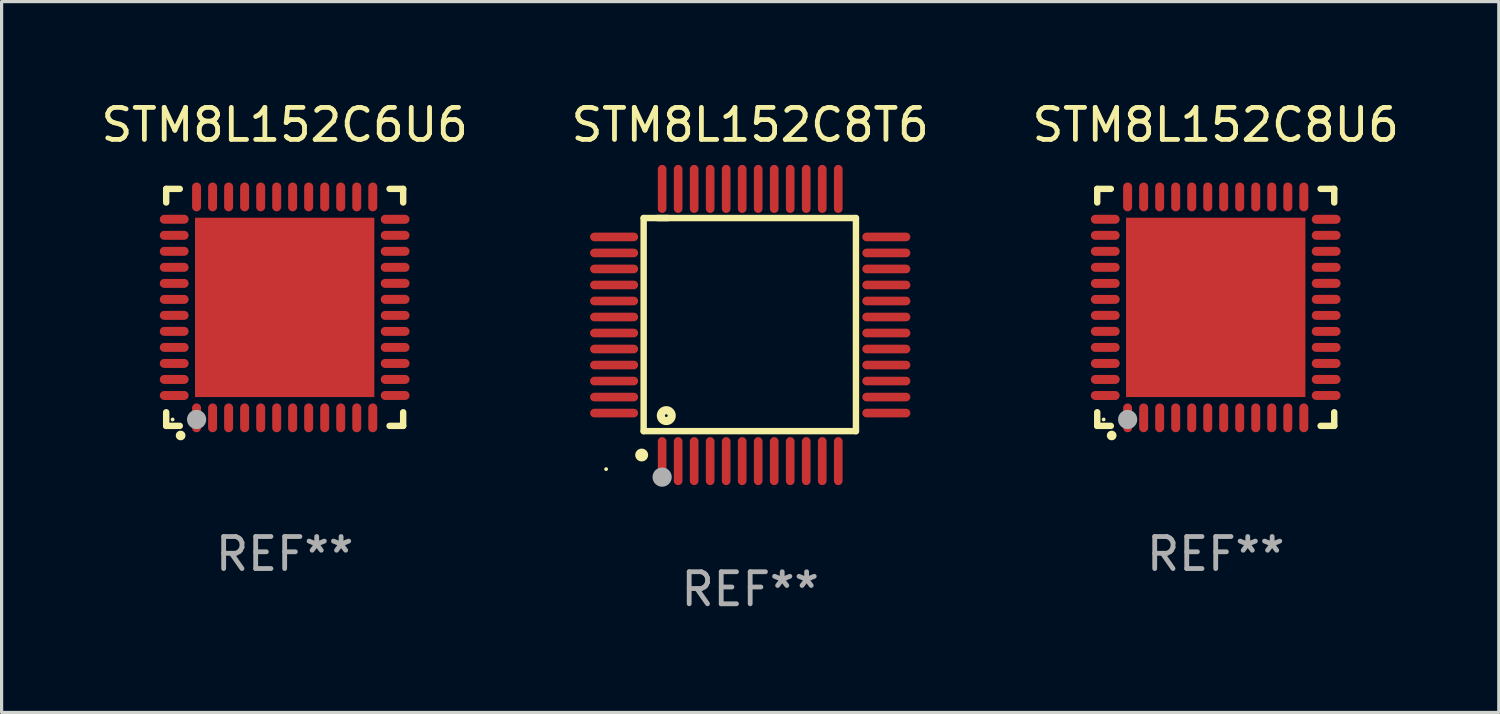
<source format=kicad_pcb>
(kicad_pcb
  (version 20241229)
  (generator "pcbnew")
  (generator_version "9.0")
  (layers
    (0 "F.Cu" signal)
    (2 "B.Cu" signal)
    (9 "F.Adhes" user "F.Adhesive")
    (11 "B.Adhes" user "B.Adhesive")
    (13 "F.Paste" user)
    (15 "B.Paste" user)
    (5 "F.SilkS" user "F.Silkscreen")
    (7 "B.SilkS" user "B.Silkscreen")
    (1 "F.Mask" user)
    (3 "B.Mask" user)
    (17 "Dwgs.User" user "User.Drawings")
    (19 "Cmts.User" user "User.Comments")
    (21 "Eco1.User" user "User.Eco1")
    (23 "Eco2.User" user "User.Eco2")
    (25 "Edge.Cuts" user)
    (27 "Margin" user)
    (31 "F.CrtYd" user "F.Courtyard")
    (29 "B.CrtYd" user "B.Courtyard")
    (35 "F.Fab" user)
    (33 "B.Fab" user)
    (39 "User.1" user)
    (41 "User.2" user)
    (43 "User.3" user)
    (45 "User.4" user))
  (footprint "STM8L152C6U6"
    (layer "F.Cu")
    (at 5.839 6.548)
    (property "Reference" "STM8L152C6U6" (at 0 -5.7 0) (layer "F.SilkS") (effects (font (size 1 1) (thickness 0.15))))
    (attr through_hole)
    (fp_line (start -3.7 -3.7) (end -3.275 -3.7) (stroke (width 0.2) (type solid)) (layer "F.SilkS"))
    (fp_line (start -3.7 -3.275) (end -3.7 -3.7) (stroke (width 0.2) (type solid)) (layer "F.SilkS"))
    (fp_line (start -3.7 3.7) (end -3.7 3.275) (stroke (width 0.2) (type solid)) (layer "F.SilkS"))
    (fp_line (start -3.275 3.7) (end -3.7 3.7) (stroke (width 0.2) (type solid)) (layer "F.SilkS"))
    (fp_line (start 3.7 -3.7) (end 3.275 -3.7) (stroke (width 0.2) (type solid)) (layer "F.SilkS"))
    (fp_line (start 3.7 -3.275) (end 3.7 -3.7) (stroke (width 0.2) (type solid)) (layer "F.SilkS"))
    (fp_line (start 3.7 3.275) (end 3.7 3.7) (stroke (width 0.2) (type solid)) (layer "F.SilkS"))
    (fp_line (start 3.7 3.7) (end 3.275 3.7) (stroke (width 0.2) (type solid)) (layer "F.SilkS"))
    (fp_arc (start -3.249936 3.999975) (mid -3.248666 3.99997) (end -3.247396 3.999975) (stroke (width 0.3) (type solid)) (layer "F.SilkS"))
    (fp_circle (center -3.5 3.5) (end -3.47 3.5) (stroke (width 0.06) (type solid)) (fill no) (layer "F.SilkS"))
    (fp_circle (center -2.75 3.5) (end -2.6 3.5) (stroke (width 0.3) (type solid)) (fill no) (layer "F.Fab"))
    (fp_text user "REF**" (at 0 7.7 0) (layer "F.Fab") (effects (font (size 1 1) (thickness 0.15))))
    (pad "1" smd oval (at -2.751 3.449) (size 0.28 0.9) (layers "F.Cu" "F.Mask" "F.Paste"))
    (pad "2" smd oval (at -2.25 3.449) (size 0.28 0.9) (layers "F.Cu" "F.Mask" "F.Paste"))
    (pad "3" smd oval (at -1.75 3.449) (size 0.28 0.9) (layers "F.Cu" "F.Mask" "F.Paste"))
    (pad "4" smd oval (at -1.25 3.449) (size 0.28 0.9) (layers "F.Cu" "F.Mask" "F.Paste"))
    (pad "5" smd oval (at -0.749 3.449) (size 0.28 0.9) (layers "F.Cu" "F.Mask" "F.Paste"))
    (pad "6" smd oval (at -0.249 3.449) (size 0.28 0.9) (layers "F.Cu" "F.Mask" "F.Paste"))
    (pad "7" smd oval (at 0.249 3.449) (size 0.28 0.9) (layers "F.Cu" "F.Mask" "F.Paste"))
    (pad "8" smd oval (at 0.749 3.449) (size 0.28 0.9) (layers "F.Cu" "F.Mask" "F.Paste"))
    (pad "9" smd oval (at 1.25 3.449) (size 0.28 0.9) (layers "F.Cu" "F.Mask" "F.Paste"))
    (pad "10" smd oval (at 1.75 3.449) (size 0.28 0.9) (layers "F.Cu" "F.Mask" "F.Paste"))
    (pad "11" smd oval (at 2.251 3.449) (size 0.28 0.9) (layers "F.Cu" "F.Mask" "F.Paste"))
    (pad "12" smd oval (at 2.751 3.449) (size 0.28 0.9) (layers "F.Cu" "F.Mask" "F.Paste"))
    (pad "13" smd oval (at 3.449 2.75) (size 0.9 0.28) (layers "F.Cu" "F.Mask" "F.Paste"))
    (pad "14" smd oval (at 3.449 2.25) (size 0.9 0.28) (layers "F.Cu" "F.Mask" "F.Paste"))
    (pad "15" smd oval (at 3.449 1.75) (size 0.9 0.28) (layers "F.Cu" "F.Mask" "F.Paste"))
    (pad "16" smd oval (at 3.449 1.25) (size 0.9 0.28) (layers "F.Cu" "F.Mask" "F.Paste"))
    (pad "17" smd oval (at 3.449 0.75) (size 0.9 0.28) (layers "F.Cu" "F.Mask" "F.Paste"))
    (pad "18" smd oval (at 3.449 0.25) (size 0.9 0.28) (layers "F.Cu" "F.Mask" "F.Paste"))
    (pad "19" smd oval (at 3.449 -0.25) (size 0.9 0.28) (layers "F.Cu" "F.Mask" "F.Paste"))
    (pad "20" smd oval (at 3.449 -0.75) (size 0.9 0.28) (layers "F.Cu" "F.Mask" "F.Paste"))
    (pad "21" smd oval (at 3.449 -1.25) (size 0.9 0.28) (layers "F.Cu" "F.Mask" "F.Paste"))
    (pad "22" smd oval (at 3.449 -1.75) (size 0.9 0.28) (layers "F.Cu" "F.Mask" "F.Paste"))
    (pad "23" smd oval (at 3.449 -2.25) (size 0.9 0.28) (layers "F.Cu" "F.Mask" "F.Paste"))
    (pad "24" smd oval (at 3.449 -2.75) (size 0.9 0.28) (layers "F.Cu" "F.Mask" "F.Paste"))
    (pad "25" smd oval (at 2.751 -3.449) (size 0.28 0.9) (layers "F.Cu" "F.Mask" "F.Paste"))
    (pad "26" smd oval (at 2.251 -3.449) (size 0.28 0.9) (layers "F.Cu" "F.Mask" "F.Paste"))
    (pad "27" smd oval (at 1.75 -3.449) (size 0.28 0.9) (layers "F.Cu" "F.Mask" "F.Paste"))
    (pad "28" smd oval (at 1.25 -3.449) (size 0.28 0.9) (layers "F.Cu" "F.Mask" "F.Paste"))
    (pad "29" smd oval (at 0.749 -3.449) (size 0.28 0.9) (layers "F.Cu" "F.Mask" "F.Paste"))
    (pad "30" smd oval (at 0.249 -3.449) (size 0.28 0.9) (layers "F.Cu" "F.Mask" "F.Paste"))
    (pad "31" smd oval (at -0.249 -3.449) (size 0.28 0.9) (layers "F.Cu" "F.Mask" "F.Paste"))
    (pad "32" smd oval (at -0.749 -3.449) (size 0.28 0.9) (layers "F.Cu" "F.Mask" "F.Paste"))
    (pad "33" smd oval (at -1.25 -3.449) (size 0.28 0.9) (layers "F.Cu" "F.Mask" "F.Paste"))
    (pad "34" smd oval (at -1.75 -3.449) (size 0.28 0.9) (layers "F.Cu" "F.Mask" "F.Paste"))
    (pad "35" smd oval (at -2.25 -3.449) (size 0.28 0.9) (layers "F.Cu" "F.Mask" "F.Paste"))
    (pad "36" smd oval (at -2.751 -3.449) (size 0.28 0.9) (layers "F.Cu" "F.Mask" "F.Paste"))
    (pad "37" smd oval (at -3.449 -2.751) (size 0.9 0.28) (layers "F.Cu" "F.Mask" "F.Paste"))
    (pad "38" smd oval (at -3.449 -2.25) (size 0.9 0.28) (layers "F.Cu" "F.Mask" "F.Paste"))
    (pad "39" smd oval (at -3.449 -1.75) (size 0.9 0.28) (layers "F.Cu" "F.Mask" "F.Paste"))
    (pad "40" smd oval (at -3.449 -1.25) (size 0.9 0.28) (layers "F.Cu" "F.Mask" "F.Paste"))
    (pad "41" smd oval (at -3.449 -0.749) (size 0.9 0.28) (layers "F.Cu" "F.Mask" "F.Paste"))
    (pad "42" smd oval (at -3.449 -0.249) (size 0.9 0.28) (layers "F.Cu" "F.Mask" "F.Paste"))
    (pad "43" smd oval (at -3.449 0.249) (size 0.9 0.28) (layers "F.Cu" "F.Mask" "F.Paste"))
    (pad "44" smd oval (at -3.449 0.749) (size 0.9 0.28) (layers "F.Cu" "F.Mask" "F.Paste"))
    (pad "45" smd oval (at -3.449 1.25) (size 0.9 0.28) (layers "F.Cu" "F.Mask" "F.Paste"))
    (pad "46" smd oval (at -3.449 1.75) (size 0.9 0.28) (layers "F.Cu" "F.Mask" "F.Paste"))
    (pad "47" smd oval (at -3.449 2.25) (size 0.9 0.28) (layers "F.Cu" "F.Mask" "F.Paste"))
    (pad "48" smd oval (at -3.449 2.751) (size 0.9 0.28) (layers "F.Cu" "F.Mask" "F.Paste"))
    (pad "49" smd rect (at 0.000076 -0.000025) (size 5.6 5.6) (layers "F.Cu" "F.Mask" "F.Paste")))
  (footprint "STM8L152C8T6"
    (layer "F.Cu")
    (at 20.375 7.098)
    (property "Reference" "STM8L152C8T6" (at 0 -6.25 0) (layer "F.SilkS") (effects (font (size 1 1) (thickness 0.15))))
    (attr through_hole)
    (fp_line (start -3.327 -3.34) (end -2.565 -3.34) (stroke (width 0.2) (type solid)) (layer "F.SilkS"))
    (fp_line (start -3.327 3.315) (end -3.327 -3.34) (stroke (width 0.2) (type solid)) (layer "F.SilkS"))
    (fp_line (start -2.896 -3.34) (end 3.302 -3.34) (stroke (width 0.2) (type solid)) (layer "F.SilkS"))
    (fp_line (start 3.302 -3.34) (end 3.302 3.315) (stroke (width 0.2) (type solid)) (layer "F.SilkS"))
    (fp_line (start 3.302 3.315) (end -3.327 3.315) (stroke (width 0.2) (type solid)) (layer "F.SilkS"))
    (fp_arc (start -3.389992 4.059995) (mid -3.388722 4.059991) (end -3.387452 4.059995) (stroke (width 0.4) (type solid)) (layer "F.SilkS"))
    (fp_circle (center -4.5 4.5) (end -4.47 4.5) (stroke (width 0.06) (type solid)) (fill no) (layer "F.SilkS"))
    (fp_circle (center -2.62 2.83) (end -2.45 2.83) (stroke (width 0.254) (type solid)) (fill no) (layer "F.SilkS"))
    (fp_circle (center -2.75 4.75) (end -2.6 4.75) (stroke (width 0.3) (type solid)) (fill no) (layer "F.Fab"))
    (fp_text user "REF**" (at 0 8.25 0) (layer "F.Fab") (effects (font (size 1 1) (thickness 0.15))))
    (pad "1" smd oval (at -2.75 4.25) (size 0.27 1.5) (layers "F.Cu" "F.Mask" "F.Paste"))
    (pad "2" smd oval (at -2.25 4.25) (size 0.27 1.5) (layers "F.Cu" "F.Mask" "F.Paste"))
    (pad "3" smd oval (at -1.75 4.25) (size 0.27 1.5) (layers "F.Cu" "F.Mask" "F.Paste"))
    (pad "4" smd oval (at -1.25 4.25) (size 0.27 1.5) (layers "F.Cu" "F.Mask" "F.Paste"))
    (pad "5" smd oval (at -0.75 4.25) (size 0.27 1.5) (layers "F.Cu" "F.Mask" "F.Paste"))
    (pad "6" smd oval (at -0.25 4.25) (size 0.27 1.5) (layers "F.Cu" "F.Mask" "F.Paste"))
    (pad "7" smd oval (at 0.25 4.25) (size 0.27 1.5) (layers "F.Cu" "F.Mask" "F.Paste"))
    (pad "8" smd oval (at 0.75 4.25) (size 0.27 1.5) (layers "F.Cu" "F.Mask" "F.Paste"))
    (pad "9" smd oval (at 1.25 4.25) (size 0.27 1.5) (layers "F.Cu" "F.Mask" "F.Paste"))
    (pad "10" smd oval (at 1.75 4.25) (size 0.27 1.5) (layers "F.Cu" "F.Mask" "F.Paste"))
    (pad "11" smd oval (at 2.25 4.25) (size 0.27 1.5) (layers "F.Cu" "F.Mask" "F.Paste"))
    (pad "12" smd oval (at 2.75 4.25) (size 0.27 1.5) (layers "F.Cu" "F.Mask" "F.Paste"))
    (pad "13" smd oval (at 4.25 2.75) (size 1.5 0.27) (layers "F.Cu" "F.Mask" "F.Paste"))
    (pad "14" smd oval (at 4.25 2.25) (size 1.5 0.27) (layers "F.Cu" "F.Mask" "F.Paste"))
    (pad "15" smd oval (at 4.25 1.75) (size 1.5 0.27) (layers "F.Cu" "F.Mask" "F.Paste"))
    (pad "16" smd oval (at 4.25 1.25) (size 1.5 0.27) (layers "F.Cu" "F.Mask" "F.Paste"))
    (pad "17" smd oval (at 4.25 0.75) (size 1.5 0.27) (layers "F.Cu" "F.Mask" "F.Paste"))
    (pad "18" smd oval (at 4.25 0.25) (size 1.5 0.27) (layers "F.Cu" "F.Mask" "F.Paste"))
    (pad "19" smd oval (at 4.25 -0.25) (size 1.5 0.27) (layers "F.Cu" "F.Mask" "F.Paste"))
    (pad "20" smd oval (at 4.25 -0.75) (size 1.5 0.27) (layers "F.Cu" "F.Mask" "F.Paste"))
    (pad "21" smd oval (at 4.25 -1.25) (size 1.5 0.27) (layers "F.Cu" "F.Mask" "F.Paste"))
    (pad "22" smd oval (at 4.25 -1.75) (size 1.5 0.27) (layers "F.Cu" "F.Mask" "F.Paste"))
    (pad "23" smd oval (at 4.25 -2.25) (size 1.5 0.27) (layers "F.Cu" "F.Mask" "F.Paste"))
    (pad "24" smd oval (at 4.25 -2.75) (size 1.5 0.27) (layers "F.Cu" "F.Mask" "F.Paste"))
    (pad "25" smd oval (at 2.75 -4.25) (size 0.27 1.5) (layers "F.Cu" "F.Mask" "F.Paste"))
    (pad "26" smd oval (at 2.25 -4.25) (size 0.27 1.5) (layers "F.Cu" "F.Mask" "F.Paste"))
    (pad "27" smd oval (at 1.75 -4.25) (size 0.27 1.5) (layers "F.Cu" "F.Mask" "F.Paste"))
    (pad "28" smd oval (at 1.25 -4.25) (size 0.27 1.5) (layers "F.Cu" "F.Mask" "F.Paste"))
    (pad "29" smd oval (at 0.75 -4.25) (size 0.27 1.5) (layers "F.Cu" "F.Mask" "F.Paste"))
    (pad "30" smd oval (at 0.25 -4.25) (size 0.27 1.5) (layers "F.Cu" "F.Mask" "F.Paste"))
    (pad "31" smd oval (at -0.25 -4.25) (size 0.27 1.5) (layers "F.Cu" "F.Mask" "F.Paste"))
    (pad "32" smd oval (at -0.75 -4.25) (size 0.27 1.5) (layers "F.Cu" "F.Mask" "F.Paste"))
    (pad "33" smd oval (at -1.25 -4.25) (size 0.27 1.5) (layers "F.Cu" "F.Mask" "F.Paste"))
    (pad "34" smd oval (at -1.75 -4.25) (size 0.27 1.5) (layers "F.Cu" "F.Mask" "F.Paste"))
    (pad "35" smd oval (at -2.25 -4.25) (size 0.27 1.5) (layers "F.Cu" "F.Mask" "F.Paste"))
    (pad "36" smd oval (at -2.75 -4.25) (size 0.27 1.5) (layers "F.Cu" "F.Mask" "F.Paste"))
    (pad "37" smd oval (at -4.25 -2.75) (size 1.5 0.27) (layers "F.Cu" "F.Mask" "F.Paste"))
    (pad "38" smd oval (at -4.25 -2.25) (size 1.5 0.27) (layers "F.Cu" "F.Mask" "F.Paste"))
    (pad "39" smd oval (at -4.25 -1.75) (size 1.5 0.27) (layers "F.Cu" "F.Mask" "F.Paste"))
    (pad "40" smd oval (at -4.25 -1.25) (size 1.5 0.27) (layers "F.Cu" "F.Mask" "F.Paste"))
    (pad "41" smd oval (at -4.25 -0.75) (size 1.5 0.27) (layers "F.Cu" "F.Mask" "F.Paste"))
    (pad "42" smd oval (at -4.25 -0.25) (size 1.5 0.27) (layers "F.Cu" "F.Mask" "F.Paste"))
    (pad "43" smd oval (at -4.25 0.25) (size 1.5 0.27) (layers "F.Cu" "F.Mask" "F.Paste"))
    (pad "44" smd oval (at -4.25 0.75) (size 1.5 0.27) (layers "F.Cu" "F.Mask" "F.Paste"))
    (pad "45" smd oval (at -4.25 1.25) (size 1.5 0.27) (layers "F.Cu" "F.Mask" "F.Paste"))
    (pad "46" smd oval (at -4.25 1.75) (size 1.5 0.27) (layers "F.Cu" "F.Mask" "F.Paste"))
    (pad "47" smd oval (at -4.25 2.25) (size 1.5 0.27) (layers "F.Cu" "F.Mask" "F.Paste"))
    (pad "48" smd oval (at -4.25 2.75) (size 1.5 0.27) (layers "F.Cu" "F.Mask" "F.Paste")))
  (footprint "STM8L152C8U6"
    (layer "F.Cu")
    (at 34.911 6.548)
    (property "Reference" "STM8L152C8U6" (at 0 -5.7 0) (layer "F.SilkS") (effects (font (size 1 1) (thickness 0.15))))
    (attr through_hole)
    (fp_line (start -3.7 -3.7) (end -3.275 -3.7) (stroke (width 0.2) (type solid)) (layer "F.SilkS"))
    (fp_line (start -3.7 -3.275) (end -3.7 -3.7) (stroke (width 0.2) (type solid)) (layer "F.SilkS"))
    (fp_line (start -3.7 3.7) (end -3.7 3.275) (stroke (width 0.2) (type solid)) (layer "F.SilkS"))
    (fp_line (start -3.275 3.7) (end -3.7 3.7) (stroke (width 0.2) (type solid)) (layer "F.SilkS"))
    (fp_line (start 3.7 -3.7) (end 3.275 -3.7) (stroke (width 0.2) (type solid)) (layer "F.SilkS"))
    (fp_line (start 3.7 -3.275) (end 3.7 -3.7) (stroke (width 0.2) (type solid)) (layer "F.SilkS"))
    (fp_line (start 3.7 3.275) (end 3.7 3.7) (stroke (width 0.2) (type solid)) (layer "F.SilkS"))
    (fp_line (start 3.7 3.7) (end 3.275 3.7) (stroke (width 0.2) (type solid)) (layer "F.SilkS"))
    (fp_arc (start -3.249936 3.999975) (mid -3.248666 3.99997) (end -3.247396 3.999975) (stroke (width 0.3) (type solid)) (layer "F.SilkS"))
    (fp_circle (center -3.5 3.5) (end -3.47 3.5) (stroke (width 0.06) (type solid)) (fill no) (layer "F.SilkS"))
    (fp_circle (center -2.75 3.5) (end -2.6 3.5) (stroke (width 0.3) (type solid)) (fill no) (layer "F.Fab"))
    (fp_text user "REF**" (at 0 7.7 0) (layer "F.Fab") (effects (font (size 1 1) (thickness 0.15))))
    (pad "1" smd oval (at -2.751 3.449) (size 0.28 0.9) (layers "F.Cu" "F.Mask" "F.Paste"))
    (pad "2" smd oval (at -2.25 3.449) (size 0.28 0.9) (layers "F.Cu" "F.Mask" "F.Paste"))
    (pad "3" smd oval (at -1.75 3.449) (size 0.28 0.9) (layers "F.Cu" "F.Mask" "F.Paste"))
    (pad "4" smd oval (at -1.25 3.449) (size 0.28 0.9) (layers "F.Cu" "F.Mask" "F.Paste"))
    (pad "5" smd oval (at -0.749 3.449) (size 0.28 0.9) (layers "F.Cu" "F.Mask" "F.Paste"))
    (pad "6" smd oval (at -0.249 3.449) (size 0.28 0.9) (layers "F.Cu" "F.Mask" "F.Paste"))
    (pad "7" smd oval (at 0.249 3.449) (size 0.28 0.9) (layers "F.Cu" "F.Mask" "F.Paste"))
    (pad "8" smd oval (at 0.749 3.449) (size 0.28 0.9) (layers "F.Cu" "F.Mask" "F.Paste"))
    (pad "9" smd oval (at 1.25 3.449) (size 0.28 0.9) (layers "F.Cu" "F.Mask" "F.Paste"))
    (pad "10" smd oval (at 1.75 3.449) (size 0.28 0.9) (layers "F.Cu" "F.Mask" "F.Paste"))
    (pad "11" smd oval (at 2.251 3.449) (size 0.28 0.9) (layers "F.Cu" "F.Mask" "F.Paste"))
    (pad "12" smd oval (at 2.751 3.449) (size 0.28 0.9) (layers "F.Cu" "F.Mask" "F.Paste"))
    (pad "13" smd oval (at 3.449 2.75) (size 0.9 0.28) (layers "F.Cu" "F.Mask" "F.Paste"))
    (pad "14" smd oval (at 3.449 2.25) (size 0.9 0.28) (layers "F.Cu" "F.Mask" "F.Paste"))
    (pad "15" smd oval (at 3.449 1.75) (size 0.9 0.28) (layers "F.Cu" "F.Mask" "F.Paste"))
    (pad "16" smd oval (at 3.449 1.25) (size 0.9 0.28) (layers "F.Cu" "F.Mask" "F.Paste"))
    (pad "17" smd oval (at 3.449 0.75) (size 0.9 0.28) (layers "F.Cu" "F.Mask" "F.Paste"))
    (pad "18" smd oval (at 3.449 0.25) (size 0.9 0.28) (layers "F.Cu" "F.Mask" "F.Paste"))
    (pad "19" smd oval (at 3.449 -0.25) (size 0.9 0.28) (layers "F.Cu" "F.Mask" "F.Paste"))
    (pad "20" smd oval (at 3.449 -0.75) (size 0.9 0.28) (layers "F.Cu" "F.Mask" "F.Paste"))
    (pad "21" smd oval (at 3.449 -1.25) (size 0.9 0.28) (layers "F.Cu" "F.Mask" "F.Paste"))
    (pad "22" smd oval (at 3.449 -1.75) (size 0.9 0.28) (layers "F.Cu" "F.Mask" "F.Paste"))
    (pad "23" smd oval (at 3.449 -2.25) (size 0.9 0.28) (layers "F.Cu" "F.Mask" "F.Paste"))
    (pad "24" smd oval (at 3.449 -2.75) (size 0.9 0.28) (layers "F.Cu" "F.Mask" "F.Paste"))
    (pad "25" smd oval (at 2.751 -3.449) (size 0.28 0.9) (layers "F.Cu" "F.Mask" "F.Paste"))
    (pad "26" smd oval (at 2.251 -3.449) (size 0.28 0.9) (layers "F.Cu" "F.Mask" "F.Paste"))
    (pad "27" smd oval (at 1.75 -3.449) (size 0.28 0.9) (layers "F.Cu" "F.Mask" "F.Paste"))
    (pad "28" smd oval (at 1.25 -3.449) (size 0.28 0.9) (layers "F.Cu" "F.Mask" "F.Paste"))
    (pad "29" smd oval (at 0.749 -3.449) (size 0.28 0.9) (layers "F.Cu" "F.Mask" "F.Paste"))
    (pad "30" smd oval (at 0.249 -3.449) (size 0.28 0.9) (layers "F.Cu" "F.Mask" "F.Paste"))
    (pad "31" smd oval (at -0.249 -3.449) (size 0.28 0.9) (layers "F.Cu" "F.Mask" "F.Paste"))
    (pad "32" smd oval (at -0.749 -3.449) (size 0.28 0.9) (layers "F.Cu" "F.Mask" "F.Paste"))
    (pad "33" smd oval (at -1.25 -3.449) (size 0.28 0.9) (layers "F.Cu" "F.Mask" "F.Paste"))
    (pad "34" smd oval (at -1.75 -3.449) (size 0.28 0.9) (layers "F.Cu" "F.Mask" "F.Paste"))
    (pad "35" smd oval (at -2.25 -3.449) (size 0.28 0.9) (layers "F.Cu" "F.Mask" "F.Paste"))
    (pad "36" smd oval (at -2.751 -3.449) (size 0.28 0.9) (layers "F.Cu" "F.Mask" "F.Paste"))
    (pad "37" smd oval (at -3.449 -2.751) (size 0.9 0.28) (layers "F.Cu" "F.Mask" "F.Paste"))
    (pad "38" smd oval (at -3.449 -2.25) (size 0.9 0.28) (layers "F.Cu" "F.Mask" "F.Paste"))
    (pad "39" smd oval (at -3.449 -1.75) (size 0.9 0.28) (layers "F.Cu" "F.Mask" "F.Paste"))
    (pad "40" smd oval (at -3.449 -1.25) (size 0.9 0.28) (layers "F.Cu" "F.Mask" "F.Paste"))
    (pad "41" smd oval (at -3.449 -0.749) (size 0.9 0.28) (layers "F.Cu" "F.Mask" "F.Paste"))
    (pad "42" smd oval (at -3.449 -0.249) (size 0.9 0.28) (layers "F.Cu" "F.Mask" "F.Paste"))
    (pad "43" smd oval (at -3.449 0.249) (size 0.9 0.28) (layers "F.Cu" "F.Mask" "F.Paste"))
    (pad "44" smd oval (at -3.449 0.749) (size 0.9 0.28) (layers "F.Cu" "F.Mask" "F.Paste"))
    (pad "45" smd oval (at -3.449 1.25) (size 0.9 0.28) (layers "F.Cu" "F.Mask" "F.Paste"))
    (pad "46" smd oval (at -3.449 1.75) (size 0.9 0.28) (layers "F.Cu" "F.Mask" "F.Paste"))
    (pad "47" smd oval (at -3.449 2.25) (size 0.9 0.28) (layers "F.Cu" "F.Mask" "F.Paste"))
    (pad "48" smd oval (at -3.449 2.751) (size 0.9 0.28) (layers "F.Cu" "F.Mask" "F.Paste"))
    (pad "49" smd rect (at 0.000076 -0.000025) (size 5.6 5.6) (layers "F.Cu" "F.Mask" "F.Paste")))
  (gr_rect
    (start -3 -3)
    (end 43.75 19.196)
    (stroke (width 0.1) (type default))
    (fill no)
    (layer "Edge.Cuts")))
</source>
